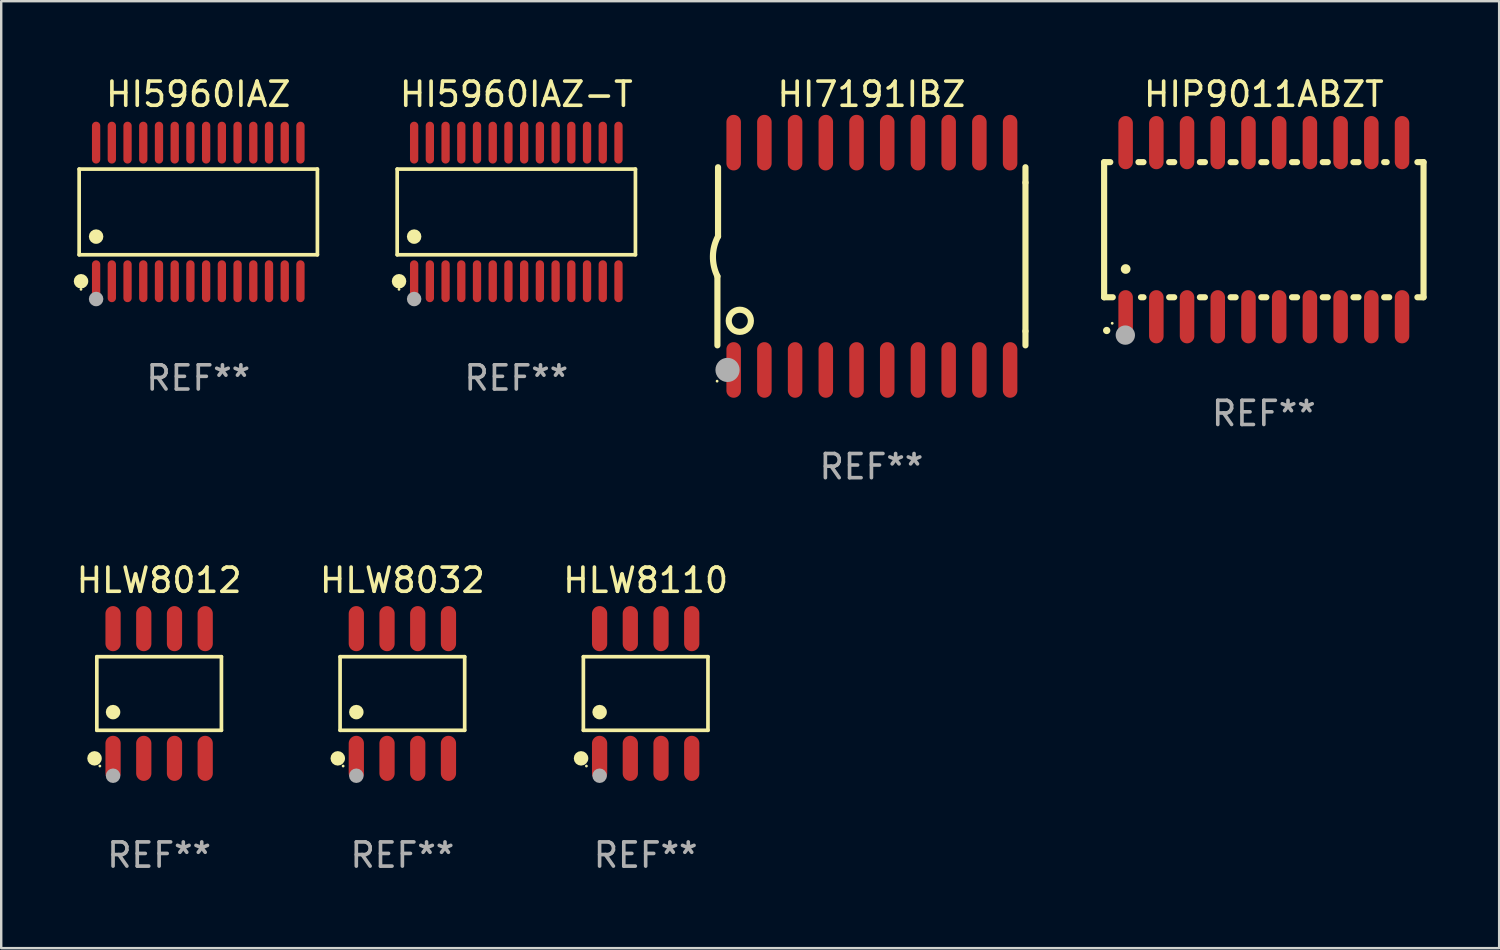
<source format=kicad_pcb>
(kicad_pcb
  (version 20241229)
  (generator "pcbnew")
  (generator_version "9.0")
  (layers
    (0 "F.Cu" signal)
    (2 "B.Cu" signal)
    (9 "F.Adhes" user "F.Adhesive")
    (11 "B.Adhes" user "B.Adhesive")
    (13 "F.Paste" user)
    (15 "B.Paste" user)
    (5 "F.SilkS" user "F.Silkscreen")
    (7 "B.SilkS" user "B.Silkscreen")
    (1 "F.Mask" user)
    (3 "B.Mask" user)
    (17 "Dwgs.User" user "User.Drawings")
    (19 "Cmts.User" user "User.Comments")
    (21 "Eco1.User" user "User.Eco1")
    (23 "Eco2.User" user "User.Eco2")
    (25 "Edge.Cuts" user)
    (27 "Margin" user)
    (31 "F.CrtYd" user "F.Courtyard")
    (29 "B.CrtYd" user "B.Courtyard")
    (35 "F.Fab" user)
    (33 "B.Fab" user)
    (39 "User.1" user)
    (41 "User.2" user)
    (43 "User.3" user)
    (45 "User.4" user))
  (footprint "HI5960IAZ-T"
    (layer "F.Cu")
    (at 18.3 5.714)
    (property "Reference" "HI5960IAZ-T" (at 0 -4.866 0) (layer "F.SilkS") (effects (font (size 1 1) (thickness 0.15))))
    (attr through_hole)
    (fp_line (start -4.926 -1.772) (end 4.926 -1.772) (stroke (width 0.152) (type solid)) (layer "F.SilkS"))
    (fp_line (start -4.926 1.771) (end -4.926 -1.772) (stroke (width 0.152) (type solid)) (layer "F.SilkS"))
    (fp_line (start 4.926 -1.772) (end 4.926 1.771) (stroke (width 0.152) (type solid)) (layer "F.SilkS"))
    (fp_line (start 4.926 1.771) (end -4.926 1.771) (stroke (width 0.152) (type solid)) (layer "F.SilkS"))
    (fp_circle (center -4.85 3.2) (end -4.82 3.2) (stroke (width 0.06) (type solid)) (fill no) (layer "F.SilkS"))
    (fp_circle (center -4.849 2.866) (end -4.699 2.866) (stroke (width 0.3) (type solid)) (fill no) (layer "F.SilkS"))
    (fp_circle (center -4.225 1.019) (end -4.075 1.019) (stroke (width 0.3) (type solid)) (fill no) (layer "F.SilkS"))
    (fp_circle (center -4.225 3.6) (end -4.075 3.6) (stroke (width 0.3) (type solid)) (fill no) (layer "F.Fab"))
    (fp_text user "REF**" (at 0 6.866 0) (layer "F.Fab") (effects (font (size 1 1) (thickness 0.15))))
    (pad "1" smd oval (at -4.225 2.866) (size 0.343 1.731) (layers "F.Cu" "F.Mask" "F.Paste"))
    (pad "2" smd oval (at -3.575 2.866) (size 0.343 1.731) (layers "F.Cu" "F.Mask" "F.Paste"))
    (pad "3" smd oval (at -2.925 2.866) (size 0.343 1.731) (layers "F.Cu" "F.Mask" "F.Paste"))
    (pad "4" smd oval (at -2.275 2.866) (size 0.343 1.731) (layers "F.Cu" "F.Mask" "F.Paste"))
    (pad "5" smd oval (at -1.625 2.866) (size 0.343 1.731) (layers "F.Cu" "F.Mask" "F.Paste"))
    (pad "6" smd oval (at -0.975 2.866) (size 0.343 1.731) (layers "F.Cu" "F.Mask" "F.Paste"))
    (pad "7" smd oval (at -0.325 2.866) (size 0.343 1.731) (layers "F.Cu" "F.Mask" "F.Paste"))
    (pad "8" smd oval (at 0.325 2.866) (size 0.343 1.731) (layers "F.Cu" "F.Mask" "F.Paste"))
    (pad "9" smd oval (at 0.975 2.866) (size 0.343 1.731) (layers "F.Cu" "F.Mask" "F.Paste"))
    (pad "10" smd oval (at 1.625 2.866) (size 0.343 1.731) (layers "F.Cu" "F.Mask" "F.Paste"))
    (pad "11" smd oval (at 2.275 2.866) (size 0.343 1.731) (layers "F.Cu" "F.Mask" "F.Paste"))
    (pad "12" smd oval (at 2.925 2.866) (size 0.343 1.731) (layers "F.Cu" "F.Mask" "F.Paste"))
    (pad "13" smd oval (at 3.575 2.866) (size 0.343 1.731) (layers "F.Cu" "F.Mask" "F.Paste"))
    (pad "14" smd oval (at 4.225 2.866) (size 0.343 1.731) (layers "F.Cu" "F.Mask" "F.Paste"))
    (pad "15" smd oval (at 4.225 -2.866) (size 0.343 1.731) (layers "F.Cu" "F.Mask" "F.Paste"))
    (pad "16" smd oval (at 3.575 -2.866) (size 0.343 1.731) (layers "F.Cu" "F.Mask" "F.Paste"))
    (pad "17" smd oval (at 2.925 -2.866) (size 0.343 1.731) (layers "F.Cu" "F.Mask" "F.Paste"))
    (pad "18" smd oval (at 2.275 -2.866) (size 0.343 1.731) (layers "F.Cu" "F.Mask" "F.Paste"))
    (pad "19" smd oval (at 1.625 -2.866) (size 0.343 1.731) (layers "F.Cu" "F.Mask" "F.Paste"))
    (pad "20" smd oval (at 0.975 -2.866) (size 0.343 1.731) (layers "F.Cu" "F.Mask" "F.Paste"))
    (pad "21" smd oval (at 0.325 -2.866) (size 0.343 1.731) (layers "F.Cu" "F.Mask" "F.Paste"))
    (pad "22" smd oval (at -0.325 -2.866) (size 0.343 1.731) (layers "F.Cu" "F.Mask" "F.Paste"))
    (pad "23" smd oval (at -0.975 -2.866) (size 0.343 1.731) (layers "F.Cu" "F.Mask" "F.Paste"))
    (pad "24" smd oval (at -1.625 -2.866) (size 0.343 1.731) (layers "F.Cu" "F.Mask" "F.Paste"))
    (pad "25" smd oval (at -2.275 -2.866) (size 0.343 1.731) (layers "F.Cu" "F.Mask" "F.Paste"))
    (pad "26" smd oval (at -2.925 -2.866) (size 0.343 1.731) (layers "F.Cu" "F.Mask" "F.Paste"))
    (pad "27" smd oval (at -3.575 -2.866) (size 0.343 1.731) (layers "F.Cu" "F.Mask" "F.Paste"))
    (pad "28" smd oval (at -4.225 -2.866) (size 0.343 1.731) (layers "F.Cu" "F.Mask" "F.Paste")))
  (footprint "HLW8012"
    (layer "F.Cu")
    (at 3.53 25.627)
    (property "Reference" "HLW8012" (at 0 -4.682 0) (layer "F.SilkS") (effects (font (size 1 1) (thickness 0.15))))
    (attr through_hole)
    (fp_line (start -2.576 -1.521) (end 2.576 -1.521) (stroke (width 0.152) (type solid)) (layer "F.SilkS"))
    (fp_line (start -2.576 1.521) (end -2.576 -1.521) (stroke (width 0.152) (type solid)) (layer "F.SilkS"))
    (fp_line (start 2.576 -1.521) (end 2.576 1.521) (stroke (width 0.152) (type solid)) (layer "F.SilkS"))
    (fp_line (start 2.576 1.521) (end -2.576 1.521) (stroke (width 0.152) (type solid)) (layer "F.SilkS"))
    (fp_circle (center -2.672 2.682) (end -2.522 2.682) (stroke (width 0.3) (type solid)) (fill no) (layer "F.SilkS"))
    (fp_circle (center -2.45 3) (end -2.42 3) (stroke (width 0.06) (type solid)) (fill no) (layer "F.SilkS"))
    (fp_circle (center -1.905 0.769) (end -1.755 0.769) (stroke (width 0.3) (type solid)) (fill no) (layer "F.SilkS"))
    (fp_circle (center -1.905 3.4) (end -1.755 3.4) (stroke (width 0.3) (type solid)) (fill no) (layer "F.Fab"))
    (fp_text user "REF**" (at 0 6.682 0) (layer "F.Fab") (effects (font (size 1 1) (thickness 0.15))))
    (pad "1" smd oval (at -1.905 2.682) (size 0.63 1.865) (layers "F.Cu" "F.Mask" "F.Paste"))
    (pad "2" smd oval (at -0.635 2.682) (size 0.63 1.865) (layers "F.Cu" "F.Mask" "F.Paste"))
    (pad "3" smd oval (at 0.635 2.682) (size 0.63 1.865) (layers "F.Cu" "F.Mask" "F.Paste"))
    (pad "4" smd oval (at 1.905 2.682) (size 0.63 1.865) (layers "F.Cu" "F.Mask" "F.Paste"))
    (pad "5" smd oval (at 1.905 -2.682) (size 0.63 1.865) (layers "F.Cu" "F.Mask" "F.Paste"))
    (pad "6" smd oval (at 0.635 -2.682) (size 0.63 1.865) (layers "F.Cu" "F.Mask" "F.Paste"))
    (pad "7" smd oval (at -0.635 -2.682) (size 0.63 1.865) (layers "F.Cu" "F.Mask" "F.Paste"))
    (pad "8" smd oval (at -1.905 -2.682) (size 0.63 1.865) (layers "F.Cu" "F.Mask" "F.Paste")))
  (footprint "HI7191IBZ"
    (layer "F.Cu")
    (at 32.985 7.548)
    (property "Reference" "HI7191IBZ" (at 0 -6.7 0) (layer "F.SilkS") (effects (font (size 1 1) (thickness 0.15))))
    (attr through_hole)
    (fp_line (start -6.369 0.826) (end -6.369 3.683) (stroke (width 0.254) (type solid)) (layer "F.SilkS"))
    (fp_line (start -6.343 -0.825) (end -6.343 -3.683) (stroke (width 0.254) (type solid)) (layer "F.SilkS"))
    (fp_line (start 6.369 -3.048) (end 6.369 -3.683) (stroke (width 0.254) (type solid)) (layer "F.SilkS"))
    (fp_line (start 6.369 -3.048) (end 6.369 3.096) (stroke (width 0.254) (type solid)) (layer "F.SilkS"))
    (fp_line (start 6.369 3.096) (end 6.369 3.683) (stroke (width 0.254) (type solid)) (layer "F.SilkS"))
    (fp_arc (start -6.36853 0.825552) (mid -6.554743 -0.00301) (end -6.343129 -0.825451) (stroke (width 0.254001) (type solid)) (layer "F.SilkS"))
    (fp_circle (center -6.382 5.163) (end -6.352 5.163) (stroke (width 0.06) (type solid)) (fill no) (layer "F.SilkS"))
    (fp_circle (center -5.443 2.667) (end -4.985 2.667) (stroke (width 0.254) (type solid)) (fill no) (layer "F.SilkS"))
    (fp_circle (center -5.951 4.699) (end -5.701 4.699) (stroke (width 0.5) (type solid)) (fill no) (layer "F.Fab"))
    (fp_text user "REF**" (at 0 8.7 0) (layer "F.Fab") (effects (font (size 1 1) (thickness 0.15))))
    (pad "1" smd oval (at -5.697 4.7 180) (size 0.6 2.3) (layers "F.Cu" "F.Mask" "F.Paste"))
    (pad "2" smd oval (at -4.427 4.7 180) (size 0.6 2.3) (layers "F.Cu" "F.Mask" "F.Paste"))
    (pad "3" smd oval (at -3.157 4.7 180) (size 0.6 2.3) (layers "F.Cu" "F.Mask" "F.Paste"))
    (pad "4" smd oval (at -1.887 4.7 180) (size 0.6 2.3) (layers "F.Cu" "F.Mask" "F.Paste"))
    (pad "5" smd oval (at -0.617 4.7 180) (size 0.6 2.3) (layers "F.Cu" "F.Mask" "F.Paste"))
    (pad "6" smd oval (at 0.653 4.7 180) (size 0.6 2.3) (layers "F.Cu" "F.Mask" "F.Paste"))
    (pad "7" smd oval (at 1.923 4.7 180) (size 0.6 2.3) (layers "F.Cu" "F.Mask" "F.Paste"))
    (pad "8" smd oval (at 3.193 4.7 180) (size 0.6 2.3) (layers "F.Cu" "F.Mask" "F.Paste"))
    (pad "9" smd oval (at 4.463 4.7 180) (size 0.6 2.3) (layers "F.Cu" "F.Mask" "F.Paste"))
    (pad "10" smd oval (at 5.734 4.7 180) (size 0.6 2.3) (layers "F.Cu" "F.Mask" "F.Paste"))
    (pad "11" smd oval (at 5.734 -4.7 180) (size 0.6 2.3) (layers "F.Cu" "F.Mask" "F.Paste"))
    (pad "12" smd oval (at 4.463 -4.7 180) (size 0.6 2.3) (layers "F.Cu" "F.Mask" "F.Paste"))
    (pad "13" smd oval (at 3.193 -4.7 180) (size 0.6 2.3) (layers "F.Cu" "F.Mask" "F.Paste"))
    (pad "14" smd oval (at 1.923 -4.7 180) (size 0.6 2.3) (layers "F.Cu" "F.Mask" "F.Paste"))
    (pad "15" smd oval (at 0.653 -4.7 180) (size 0.6 2.3) (layers "F.Cu" "F.Mask" "F.Paste"))
    (pad "16" smd oval (at -0.617 -4.7 180) (size 0.6 2.3) (layers "F.Cu" "F.Mask" "F.Paste"))
    (pad "17" smd oval (at -1.887 -4.7 180) (size 0.6 2.3) (layers "F.Cu" "F.Mask" "F.Paste"))
    (pad "18" smd oval (at -3.157 -4.7 180) (size 0.6 2.3) (layers "F.Cu" "F.Mask" "F.Paste"))
    (pad "19" smd oval (at -4.427 -4.7 180) (size 0.6 2.3) (layers "F.Cu" "F.Mask" "F.Paste"))
    (pad "20" smd oval (at -5.697 -4.7 180) (size 0.6 2.3) (layers "F.Cu" "F.Mask" "F.Paste")))
  (footprint "HIP9011ABZT"
    (layer "F.Cu")
    (at 49.211 6.448)
    (property "Reference" "HIP9011ABZT" (at 0 -5.6 0) (layer "F.SilkS") (effects (font (size 1 1) (thickness 0.15))))
    (attr through_hole)
    (fp_line (start -6.604 -2.794) (end -6.604 2.794) (stroke (width 0.254) (type solid)) (layer "F.SilkS"))
    (fp_line (start -6.604 2.794) (end -6.246 2.794) (stroke (width 0.254) (type solid)) (layer "F.SilkS"))
    (fp_line (start -6.35 -2.794) (end -6.604 -2.794) (stroke (width 0.254) (type solid)) (layer "F.SilkS"))
    (fp_line (start -5.184 -2.794) (end -4.976 -2.794) (stroke (width 0.254) (type solid)) (layer "F.SilkS"))
    (fp_line (start -5.08 2.794) (end -4.976 2.794) (stroke (width 0.254) (type solid)) (layer "F.SilkS"))
    (fp_line (start -3.914 -2.794) (end -3.706 -2.794) (stroke (width 0.254) (type solid)) (layer "F.SilkS"))
    (fp_line (start -3.914 2.794) (end -3.706 2.794) (stroke (width 0.254) (type solid)) (layer "F.SilkS"))
    (fp_line (start -2.644 -2.794) (end -2.436 -2.794) (stroke (width 0.254) (type solid)) (layer "F.SilkS"))
    (fp_line (start -2.644 2.794) (end -2.436 2.794) (stroke (width 0.254) (type solid)) (layer "F.SilkS"))
    (fp_line (start -1.374 -2.794) (end -1.166 -2.794) (stroke (width 0.254) (type solid)) (layer "F.SilkS"))
    (fp_line (start -1.374 2.794) (end -1.166 2.794) (stroke (width 0.254) (type solid)) (layer "F.SilkS"))
    (fp_line (start -0.104 -2.794) (end 0.104 -2.794) (stroke (width 0.254) (type solid)) (layer "F.SilkS"))
    (fp_line (start -0.104 2.794) (end 0.104 2.794) (stroke (width 0.254) (type solid)) (layer "F.SilkS"))
    (fp_line (start 1.166 -2.794) (end 1.374 -2.794) (stroke (width 0.254) (type solid)) (layer "F.SilkS"))
    (fp_line (start 1.166 2.794) (end 1.374 2.794) (stroke (width 0.254) (type solid)) (layer "F.SilkS"))
    (fp_line (start 2.436 -2.794) (end 2.644 -2.794) (stroke (width 0.254) (type solid)) (layer "F.SilkS"))
    (fp_line (start 2.436 2.794) (end 2.644 2.794) (stroke (width 0.254) (type solid)) (layer "F.SilkS"))
    (fp_line (start 3.706 -2.794) (end 3.914 -2.794) (stroke (width 0.254) (type solid)) (layer "F.SilkS"))
    (fp_line (start 3.706 2.794) (end 3.914 2.794) (stroke (width 0.254) (type solid)) (layer "F.SilkS"))
    (fp_line (start 4.976 -2.794) (end 5.08 -2.794) (stroke (width 0.254) (type solid)) (layer "F.SilkS"))
    (fp_line (start 4.976 2.794) (end 5.184 2.794) (stroke (width 0.254) (type solid)) (layer "F.SilkS"))
    (fp_line (start 6.35 -2.794) (end 6.604 -2.794) (stroke (width 0.254) (type solid)) (layer "F.SilkS"))
    (fp_line (start 6.604 -2.794) (end 6.604 2.794) (stroke (width 0.254) (type solid)) (layer "F.SilkS"))
    (fp_line (start 6.604 2.794) (end 6.35 2.794) (stroke (width 0.254) (type solid)) (layer "F.SilkS"))
    (fp_arc (start -6.499619 4.167793) (mid -6.498349 4.167788) (end -6.497079 4.167793) (stroke (width 0.3) (type solid)) (layer "F.SilkS"))
    (fp_arc (start -5.715011 1.625603) (mid -5.713741 1.625599) (end -5.712471 1.625603) (stroke (width 0.4) (type solid)) (layer "F.SilkS"))
    (fp_circle (center -6.27 3.87) (end -6.24 3.87) (stroke (width 0.06) (type solid)) (fill no) (layer "F.SilkS"))
    (fp_circle (center -5.727 4.359) (end -5.527 4.359) (stroke (width 0.4) (type solid)) (fill no) (layer "F.Fab"))
    (fp_text user "REF**" (at 0 7.6 0) (layer "F.Fab") (effects (font (size 1 1) (thickness 0.15))))
    (pad "1" smd oval (at -5.715 3.6) (size 0.6 2.2) (layers "F.Cu" "F.Mask" "F.Paste"))
    (pad "2" smd oval (at -4.445 3.6) (size 0.6 2.2) (layers "F.Cu" "F.Mask" "F.Paste"))
    (pad "3" smd oval (at -3.175 3.6) (size 0.6 2.2) (layers "F.Cu" "F.Mask" "F.Paste"))
    (pad "4" smd oval (at -1.905 3.6) (size 0.6 2.2) (layers "F.Cu" "F.Mask" "F.Paste"))
    (pad "5" smd oval (at -0.635 3.6) (size 0.6 2.2) (layers "F.Cu" "F.Mask" "F.Paste"))
    (pad "6" smd oval (at 0.635 3.6) (size 0.6 2.2) (layers "F.Cu" "F.Mask" "F.Paste"))
    (pad "7" smd oval (at 1.905 3.6) (size 0.6 2.2) (layers "F.Cu" "F.Mask" "F.Paste"))
    (pad "8" smd oval (at 3.175 3.6) (size 0.6 2.2) (layers "F.Cu" "F.Mask" "F.Paste"))
    (pad "9" smd oval (at 4.445 3.6) (size 0.6 2.2) (layers "F.Cu" "F.Mask" "F.Paste"))
    (pad "10" smd oval (at 5.715 3.6) (size 0.6 2.2) (layers "F.Cu" "F.Mask" "F.Paste"))
    (pad "11" smd oval (at 5.715 -3.6 180) (size 0.6 2.2) (layers "F.Cu" "F.Mask" "F.Paste"))
    (pad "12" smd oval (at 4.445 -3.6 180) (size 0.6 2.2) (layers "F.Cu" "F.Mask" "F.Paste"))
    (pad "13" smd oval (at 3.175 -3.6 180) (size 0.6 2.2) (layers "F.Cu" "F.Mask" "F.Paste"))
    (pad "14" smd oval (at 1.905 -3.6 180) (size 0.6 2.2) (layers "F.Cu" "F.Mask" "F.Paste"))
    (pad "15" smd oval (at 0.635 -3.6 180) (size 0.6 2.2) (layers "F.Cu" "F.Mask" "F.Paste"))
    (pad "16" smd oval (at -0.635 -3.6 180) (size 0.6 2.2) (layers "F.Cu" "F.Mask" "F.Paste"))
    (pad "17" smd oval (at -1.905 -3.6 180) (size 0.6 2.2) (layers "F.Cu" "F.Mask" "F.Paste"))
    (pad "18" smd oval (at -3.175 -3.6 180) (size 0.6 2.2) (layers "F.Cu" "F.Mask" "F.Paste"))
    (pad "19" smd oval (at -4.445 -3.6 180) (size 0.6 2.2) (layers "F.Cu" "F.Mask" "F.Paste"))
    (pad "20" smd oval (at -5.715 -3.6 180) (size 0.6 2.2) (layers "F.Cu" "F.Mask" "F.Paste")))
  (footprint "HLW8110"
    (layer "F.Cu")
    (at 23.649 25.627)
    (property "Reference" "HLW8110" (at 0 -4.682 0) (layer "F.SilkS") (effects (font (size 1 1) (thickness 0.15))))
    (attr through_hole)
    (fp_line (start -2.576 -1.521) (end 2.576 -1.521) (stroke (width 0.152) (type solid)) (layer "F.SilkS"))
    (fp_line (start -2.576 1.521) (end -2.576 -1.521) (stroke (width 0.152) (type solid)) (layer "F.SilkS"))
    (fp_line (start 2.576 -1.521) (end 2.576 1.521) (stroke (width 0.152) (type solid)) (layer "F.SilkS"))
    (fp_line (start 2.576 1.521) (end -2.576 1.521) (stroke (width 0.152) (type solid)) (layer "F.SilkS"))
    (fp_circle (center -2.672 2.682) (end -2.522 2.682) (stroke (width 0.3) (type solid)) (fill no) (layer "F.SilkS"))
    (fp_circle (center -2.45 3) (end -2.42 3) (stroke (width 0.06) (type solid)) (fill no) (layer "F.SilkS"))
    (fp_circle (center -1.905 0.769) (end -1.755 0.769) (stroke (width 0.3) (type solid)) (fill no) (layer "F.SilkS"))
    (fp_circle (center -1.905 3.4) (end -1.755 3.4) (stroke (width 0.3) (type solid)) (fill no) (layer "F.Fab"))
    (fp_text user "REF**" (at 0 6.682 0) (layer "F.Fab") (effects (font (size 1 1) (thickness 0.15))))
    (pad "1" smd oval (at -1.905 2.682) (size 0.63 1.865) (layers "F.Cu" "F.Mask" "F.Paste"))
    (pad "2" smd oval (at -0.635 2.682) (size 0.63 1.865) (layers "F.Cu" "F.Mask" "F.Paste"))
    (pad "3" smd oval (at 0.635 2.682) (size 0.63 1.865) (layers "F.Cu" "F.Mask" "F.Paste"))
    (pad "4" smd oval (at 1.905 2.682) (size 0.63 1.865) (layers "F.Cu" "F.Mask" "F.Paste"))
    (pad "5" smd oval (at 1.905 -2.682) (size 0.63 1.865) (layers "F.Cu" "F.Mask" "F.Paste"))
    (pad "6" smd oval (at 0.635 -2.682) (size 0.63 1.865) (layers "F.Cu" "F.Mask" "F.Paste"))
    (pad "7" smd oval (at -0.635 -2.682) (size 0.63 1.865) (layers "F.Cu" "F.Mask" "F.Paste"))
    (pad "8" smd oval (at -1.905 -2.682) (size 0.63 1.865) (layers "F.Cu" "F.Mask" "F.Paste")))
  (footprint "HI5960IAZ"
    (layer "F.Cu")
    (at 5.149 5.714)
    (property "Reference" "HI5960IAZ" (at 0 -4.866 0) (layer "F.SilkS") (effects (font (size 1 1) (thickness 0.15))))
    (attr through_hole)
    (fp_line (start -4.926 -1.772) (end 4.926 -1.772) (stroke (width 0.152) (type solid)) (layer "F.SilkS"))
    (fp_line (start -4.926 1.771) (end -4.926 -1.772) (stroke (width 0.152) (type solid)) (layer "F.SilkS"))
    (fp_line (start 4.926 -1.772) (end 4.926 1.771) (stroke (width 0.152) (type solid)) (layer "F.SilkS"))
    (fp_line (start 4.926 1.771) (end -4.926 1.771) (stroke (width 0.152) (type solid)) (layer "F.SilkS"))
    (fp_circle (center -4.85 3.2) (end -4.82 3.2) (stroke (width 0.06) (type solid)) (fill no) (layer "F.SilkS"))
    (fp_circle (center -4.849 2.866) (end -4.699 2.866) (stroke (width 0.3) (type solid)) (fill no) (layer "F.SilkS"))
    (fp_circle (center -4.225 1.019) (end -4.075 1.019) (stroke (width 0.3) (type solid)) (fill no) (layer "F.SilkS"))
    (fp_circle (center -4.225 3.6) (end -4.075 3.6) (stroke (width 0.3) (type solid)) (fill no) (layer "F.Fab"))
    (fp_text user "REF**" (at 0 6.866 0) (layer "F.Fab") (effects (font (size 1 1) (thickness 0.15))))
    (pad "1" smd oval (at -4.225 2.866) (size 0.343 1.731) (layers "F.Cu" "F.Mask" "F.Paste"))
    (pad "2" smd oval (at -3.575 2.866) (size 0.343 1.731) (layers "F.Cu" "F.Mask" "F.Paste"))
    (pad "3" smd oval (at -2.925 2.866) (size 0.343 1.731) (layers "F.Cu" "F.Mask" "F.Paste"))
    (pad "4" smd oval (at -2.275 2.866) (size 0.343 1.731) (layers "F.Cu" "F.Mask" "F.Paste"))
    (pad "5" smd oval (at -1.625 2.866) (size 0.343 1.731) (layers "F.Cu" "F.Mask" "F.Paste"))
    (pad "6" smd oval (at -0.975 2.866) (size 0.343 1.731) (layers "F.Cu" "F.Mask" "F.Paste"))
    (pad "7" smd oval (at -0.325 2.866) (size 0.343 1.731) (layers "F.Cu" "F.Mask" "F.Paste"))
    (pad "8" smd oval (at 0.325 2.866) (size 0.343 1.731) (layers "F.Cu" "F.Mask" "F.Paste"))
    (pad "9" smd oval (at 0.975 2.866) (size 0.343 1.731) (layers "F.Cu" "F.Mask" "F.Paste"))
    (pad "10" smd oval (at 1.625 2.866) (size 0.343 1.731) (layers "F.Cu" "F.Mask" "F.Paste"))
    (pad "11" smd oval (at 2.275 2.866) (size 0.343 1.731) (layers "F.Cu" "F.Mask" "F.Paste"))
    (pad "12" smd oval (at 2.925 2.866) (size 0.343 1.731) (layers "F.Cu" "F.Mask" "F.Paste"))
    (pad "13" smd oval (at 3.575 2.866) (size 0.343 1.731) (layers "F.Cu" "F.Mask" "F.Paste"))
    (pad "14" smd oval (at 4.225 2.866) (size 0.343 1.731) (layers "F.Cu" "F.Mask" "F.Paste"))
    (pad "15" smd oval (at 4.225 -2.866) (size 0.343 1.731) (layers "F.Cu" "F.Mask" "F.Paste"))
    (pad "16" smd oval (at 3.575 -2.866) (size 0.343 1.731) (layers "F.Cu" "F.Mask" "F.Paste"))
    (pad "17" smd oval (at 2.925 -2.866) (size 0.343 1.731) (layers "F.Cu" "F.Mask" "F.Paste"))
    (pad "18" smd oval (at 2.275 -2.866) (size 0.343 1.731) (layers "F.Cu" "F.Mask" "F.Paste"))
    (pad "19" smd oval (at 1.625 -2.866) (size 0.343 1.731) (layers "F.Cu" "F.Mask" "F.Paste"))
    (pad "20" smd oval (at 0.975 -2.866) (size 0.343 1.731) (layers "F.Cu" "F.Mask" "F.Paste"))
    (pad "21" smd oval (at 0.325 -2.866) (size 0.343 1.731) (layers "F.Cu" "F.Mask" "F.Paste"))
    (pad "22" smd oval (at -0.325 -2.866) (size 0.343 1.731) (layers "F.Cu" "F.Mask" "F.Paste"))
    (pad "23" smd oval (at -0.975 -2.866) (size 0.343 1.731) (layers "F.Cu" "F.Mask" "F.Paste"))
    (pad "24" smd oval (at -1.625 -2.866) (size 0.343 1.731) (layers "F.Cu" "F.Mask" "F.Paste"))
    (pad "25" smd oval (at -2.275 -2.866) (size 0.343 1.731) (layers "F.Cu" "F.Mask" "F.Paste"))
    (pad "26" smd oval (at -2.925 -2.866) (size 0.343 1.731) (layers "F.Cu" "F.Mask" "F.Paste"))
    (pad "27" smd oval (at -3.575 -2.866) (size 0.343 1.731) (layers "F.Cu" "F.Mask" "F.Paste"))
    (pad "28" smd oval (at -4.225 -2.866) (size 0.343 1.731) (layers "F.Cu" "F.Mask" "F.Paste")))
  (footprint "HLW8032"
    (layer "F.Cu")
    (at 13.589 25.627)
    (property "Reference" "HLW8032" (at 0 -4.682 0) (layer "F.SilkS") (effects (font (size 1 1) (thickness 0.15))))
    (attr through_hole)
    (fp_line (start -2.576 -1.521) (end 2.576 -1.521) (stroke (width 0.152) (type solid)) (layer "F.SilkS"))
    (fp_line (start -2.576 1.521) (end -2.576 -1.521) (stroke (width 0.152) (type solid)) (layer "F.SilkS"))
    (fp_line (start 2.576 -1.521) (end 2.576 1.521) (stroke (width 0.152) (type solid)) (layer "F.SilkS"))
    (fp_line (start 2.576 1.521) (end -2.576 1.521) (stroke (width 0.152) (type solid)) (layer "F.SilkS"))
    (fp_circle (center -2.672 2.682) (end -2.522 2.682) (stroke (width 0.3) (type solid)) (fill no) (layer "F.SilkS"))
    (fp_circle (center -2.45 3) (end -2.42 3) (stroke (width 0.06) (type solid)) (fill no) (layer "F.SilkS"))
    (fp_circle (center -1.905 0.769) (end -1.755 0.769) (stroke (width 0.3) (type solid)) (fill no) (layer "F.SilkS"))
    (fp_circle (center -1.905 3.4) (end -1.755 3.4) (stroke (width 0.3) (type solid)) (fill no) (layer "F.Fab"))
    (fp_text user "REF**" (at 0 6.682 0) (layer "F.Fab") (effects (font (size 1 1) (thickness 0.15))))
    (pad "1" smd oval (at -1.905 2.682) (size 0.63 1.865) (layers "F.Cu" "F.Mask" "F.Paste"))
    (pad "2" smd oval (at -0.635 2.682) (size 0.63 1.865) (layers "F.Cu" "F.Mask" "F.Paste"))
    (pad "3" smd oval (at 0.635 2.682) (size 0.63 1.865) (layers "F.Cu" "F.Mask" "F.Paste"))
    (pad "4" smd oval (at 1.905 2.682) (size 0.63 1.865) (layers "F.Cu" "F.Mask" "F.Paste"))
    (pad "5" smd oval (at 1.905 -2.682) (size 0.63 1.865) (layers "F.Cu" "F.Mask" "F.Paste"))
    (pad "6" smd oval (at 0.635 -2.682) (size 0.63 1.865) (layers "F.Cu" "F.Mask" "F.Paste"))
    (pad "7" smd oval (at -0.635 -2.682) (size 0.63 1.865) (layers "F.Cu" "F.Mask" "F.Paste"))
    (pad "8" smd oval (at -1.905 -2.682) (size 0.63 1.865) (layers "F.Cu" "F.Mask" "F.Paste")))
  (gr_rect
    (start -3 -3)
    (end 58.942 36.158)
    (stroke (width 0.1) (type default))
    (fill no)
    (layer "Edge.Cuts")))
</source>
